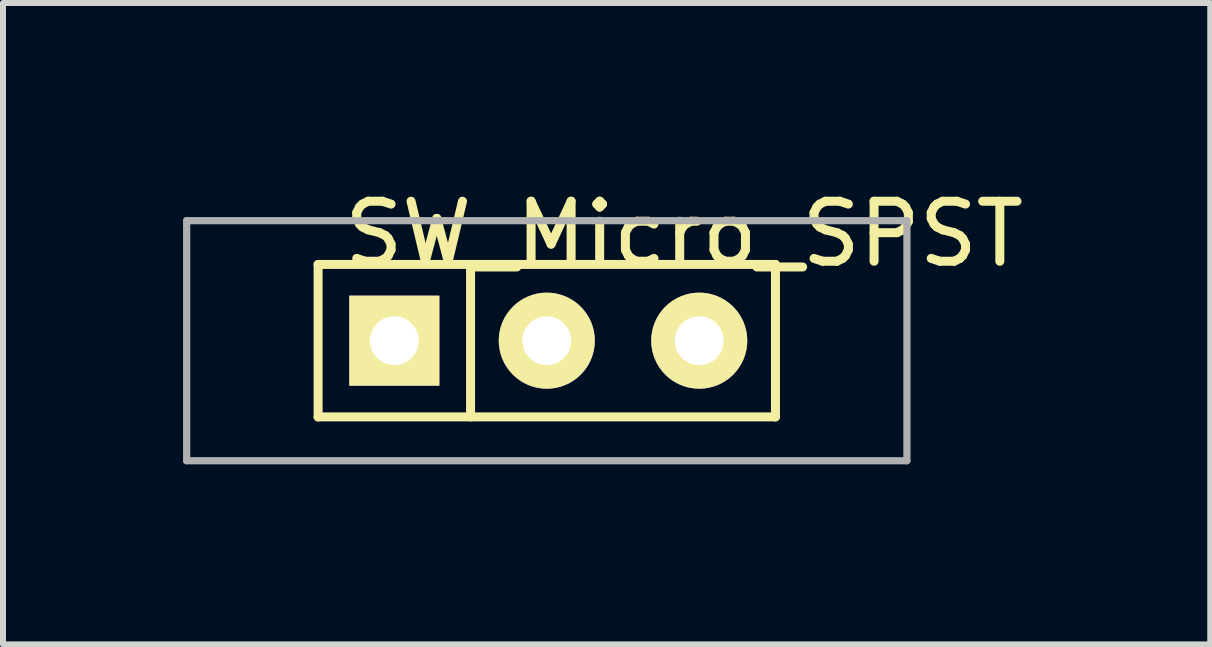
<source format=kicad_pcb>
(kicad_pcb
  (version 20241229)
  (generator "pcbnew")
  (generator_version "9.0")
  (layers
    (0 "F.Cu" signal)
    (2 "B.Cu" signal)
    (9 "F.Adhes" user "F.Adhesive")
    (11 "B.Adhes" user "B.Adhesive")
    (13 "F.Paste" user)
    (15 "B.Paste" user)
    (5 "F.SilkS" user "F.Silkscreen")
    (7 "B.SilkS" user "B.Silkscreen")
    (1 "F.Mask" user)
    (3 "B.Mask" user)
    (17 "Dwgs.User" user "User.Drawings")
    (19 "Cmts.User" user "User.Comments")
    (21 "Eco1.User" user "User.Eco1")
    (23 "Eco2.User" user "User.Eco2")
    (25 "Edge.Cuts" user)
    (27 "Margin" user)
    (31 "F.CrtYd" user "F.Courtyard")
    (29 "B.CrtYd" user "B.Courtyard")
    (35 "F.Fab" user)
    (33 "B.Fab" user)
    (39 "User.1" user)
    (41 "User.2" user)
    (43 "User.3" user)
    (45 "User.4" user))
  (footprint "SW_Micro_SPST"
    (layer "F.Cu")
    (at 6.06 2.626)
    (property "Reference" "SW_Micro_SPST" (at 2.286 -1.778 0) (layer "F.SilkS") (effects (font (size 1 1) (thickness 0.15))))
    (attr through_hole)
    (fp_line (start -3.81 -1.27) (end 3.81 -1.27) (stroke (width 0.15) (type solid)) (layer "F.SilkS"))
    (fp_line (start -3.81 1.27) (end -3.81 -1.27) (stroke (width 0.15) (type solid)) (layer "F.SilkS"))
    (fp_line (start -1.27 -1.27) (end -1.27 1.27) (stroke (width 0.15) (type solid)) (layer "F.SilkS"))
    (fp_line (start 3.81 -1.27) (end 3.81 1.27) (stroke (width 0.15) (type solid)) (layer "F.SilkS"))
    (fp_line (start 3.81 1.27) (end -3.81 1.27) (stroke (width 0.15) (type solid)) (layer "F.SilkS"))
    (fp_line (start -6 -2) (end -6 2) (stroke (width 0.12) (type solid)) (layer "F.Fab"))
    (fp_line (start -6 2) (end 6 2) (stroke (width 0.12) (type solid)) (layer "F.Fab"))
    (fp_line (start 6 -2) (end -6 -2) (stroke (width 0.12) (type solid)) (layer "F.Fab"))
    (fp_line (start 6 2) (end 6 -2) (stroke (width 0.12) (type solid)) (layer "F.Fab"))
    (pad "1" thru_hole rect (at -2.54 0) (size 1.5 1.5) (drill 0.813) (layers "*.Cu" "*.Mask" "F.SilkS"))
    (pad "2" thru_hole circle (at 0 0) (size 1.6 1.6) (drill 0.813) (layers "*.Cu" "*.Mask" "F.SilkS"))
    (pad "3" thru_hole circle (at 2.54 0) (size 1.6 1.6) (drill 0.813) (layers "*.Cu" "*.Mask" "F.SilkS")))
  (gr_rect
    (start -3 -3)
    (end 17.114 7.686)
    (stroke (width 0.1) (type default))
    (fill no)
    (layer "Edge.Cuts")))
</source>
